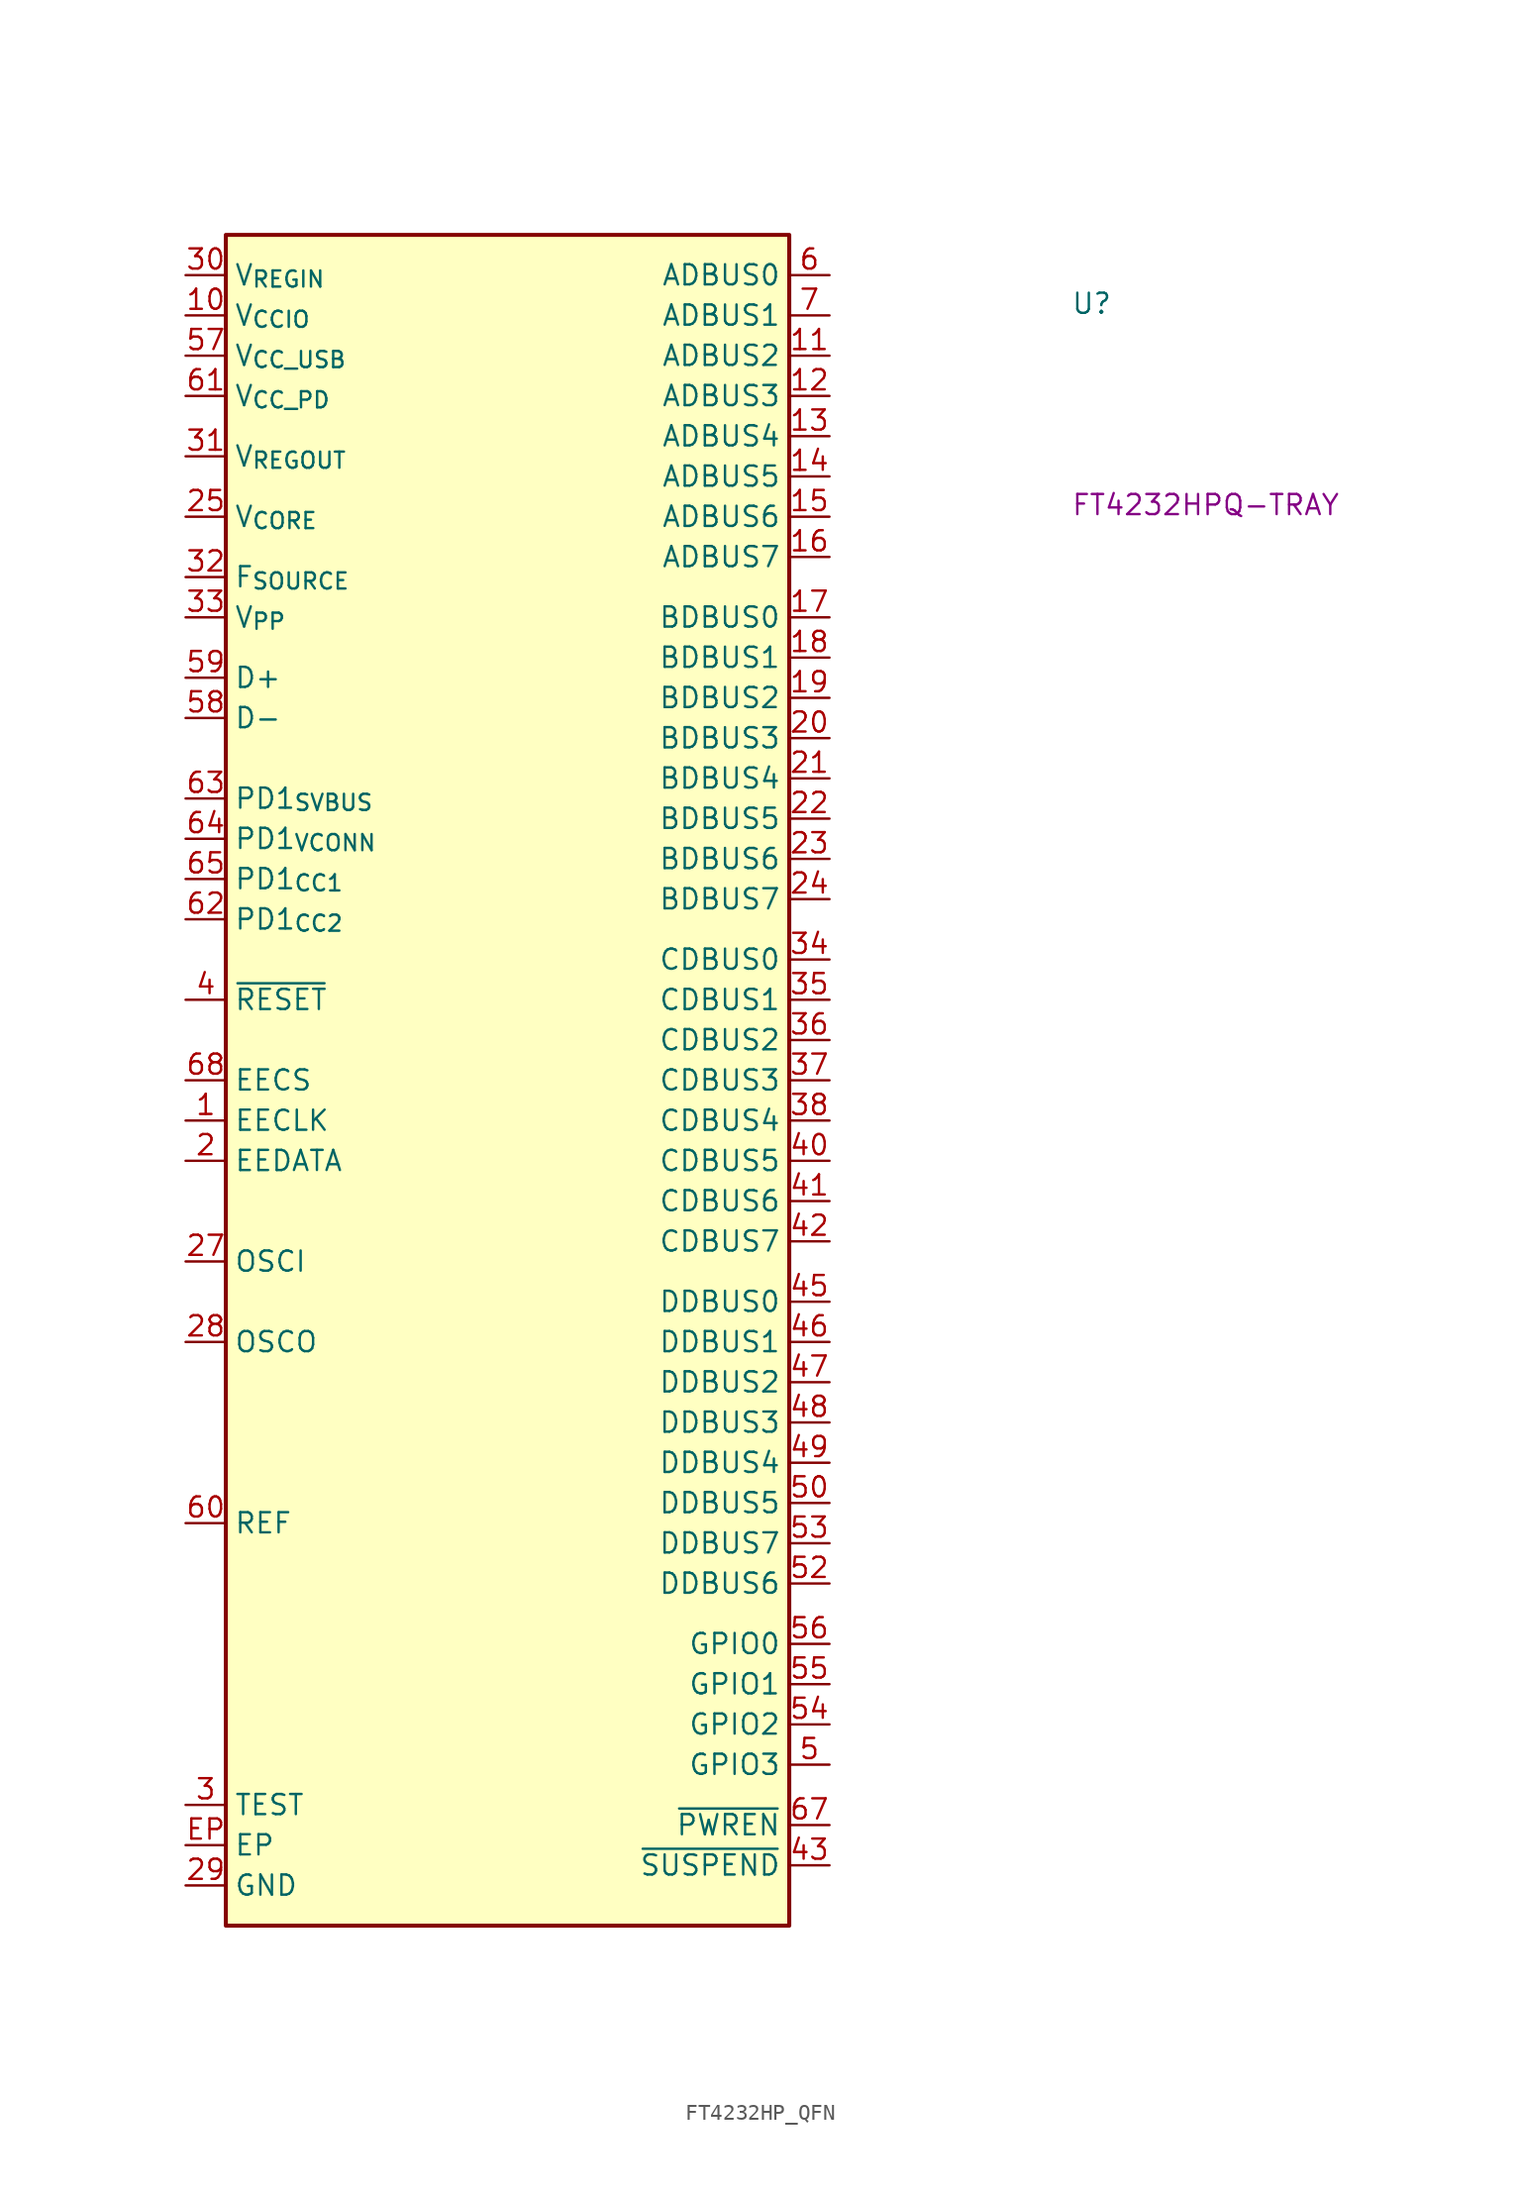
<source format=kicad_sym>
(kicad_symbol_lib
  (version 20220914)
  (generator kicad_symbol_editor)
  (symbol "FT4232HP_QFN"
    (property "Reference" "U"
      (at 55.88 -2.54 0)
      (effects (font (size 1.27 1.27) (thickness 0.15)) (justify left bottom)))
    (property "MPN" "FT4232HPQ-TRAY"
      (at 55.88 -15.24 0)
      (effects (font (size 1.27 1.27) (thickness 0.15)) (justify left bottom)))
    (symbol "FT4232HP_QFN_1_1"
      (rectangle (start 2.54 2.54) (end 38.1 -104.14) (stroke (width 0.254) (type default)) (fill (type background)))
      (pin output line (at 0 -53.34 0) (length 2.54) (name "EECLK" (effects (font (size 1.27 1.27)))) (number "1" (effects (font (size 1.27 1.27)))))
      (pin power_in line (at 0 -2.54 0) (length 2.54) (name "V_{CCIO}" (effects (font (size 1.27 1.27)))) (number "10" (effects (font (size 1.27 1.27)))))
      (pin bidirectional line (at 40.64 -5.08 180) (length 2.54) (name "ADBUS2" (effects (font (size 1.27 1.27)))) (number "11" (effects (font (size 1.27 1.27)))))
      (pin bidirectional line (at 40.64 -7.62 180) (length 2.54) (name "ADBUS3" (effects (font (size 1.27 1.27)))) (number "12" (effects (font (size 1.27 1.27)))))
      (pin bidirectional line (at 40.64 -10.16 180) (length 2.54) (name "ADBUS4" (effects (font (size 1.27 1.27)))) (number "13" (effects (font (size 1.27 1.27)))))
      (pin bidirectional line (at 40.64 -12.7 180) (length 2.54) (name "ADBUS5" (effects (font (size 1.27 1.27)))) (number "14" (effects (font (size 1.27 1.27)))))
      (pin bidirectional line (at 40.64 -15.24 180) (length 2.54) (name "ADBUS6" (effects (font (size 1.27 1.27)))) (number "15" (effects (font (size 1.27 1.27)))))
      (pin bidirectional line (at 40.64 -17.78 180) (length 2.54) (name "ADBUS7" (effects (font (size 1.27 1.27)))) (number "16" (effects (font (size 1.27 1.27)))))
      (pin bidirectional line (at 40.64 -21.59 180) (length 2.54) (name "BDBUS0" (effects (font (size 1.27 1.27)))) (number "17" (effects (font (size 1.27 1.27)))))
      (pin bidirectional line (at 40.64 -24.13 180) (length 2.54) (name "BDBUS1" (effects (font (size 1.27 1.27)))) (number "18" (effects (font (size 1.27 1.27)))))
      (pin bidirectional line (at 40.64 -26.67 180) (length 2.54) (name "BDBUS2" (effects (font (size 1.27 1.27)))) (number "19" (effects (font (size 1.27 1.27)))))
      (pin bidirectional line (at 0 -55.88 0) (length 2.54) (name "EEDATA" (effects (font (size 1.27 1.27)))) (number "2" (effects (font (size 1.27 1.27)))))
      (pin bidirectional line (at 40.64 -29.21 180) (length 2.54) (name "BDBUS3" (effects (font (size 1.27 1.27)))) (number "20" (effects (font (size 1.27 1.27)))))
      (pin bidirectional line (at 40.64 -31.75 180) (length 2.54) (name "BDBUS4" (effects (font (size 1.27 1.27)))) (number "21" (effects (font (size 1.27 1.27)))))
      (pin bidirectional line (at 40.64 -34.29 180) (length 2.54) (name "BDBUS5" (effects (font (size 1.27 1.27)))) (number "22" (effects (font (size 1.27 1.27)))))
      (pin bidirectional line (at 40.64 -36.83 180) (length 2.54) (name "BDBUS6" (effects (font (size 1.27 1.27)))) (number "23" (effects (font (size 1.27 1.27)))))
      (pin bidirectional line (at 40.64 -39.37 180) (length 2.54) (name "BDBUS7" (effects (font (size 1.27 1.27)))) (number "24" (effects (font (size 1.27 1.27)))))
      (pin power_in line (at 0 -15.24 0) (length 2.54) (name "V_{CORE}" (effects (font (size 1.27 1.27)))) (number "25" (effects (font (size 1.27 1.27)))))
      (pin passive line (at 0 -2.54 0) (length 2.54) hide (name "V_{CCIO}" (effects (font (size 1.27 1.27)))) (number "26" (effects (font (size 1.27 1.27)))))
      (pin input line (at 0 -62.23 0) (length 2.54) (name "OSCI" (effects (font (size 1.27 1.27)))) (number "27" (effects (font (size 1.27 1.27)))))
      (pin output line (at 0 -67.31 0) (length 2.54) (name "OSCO" (effects (font (size 1.27 1.27)))) (number "28" (effects (font (size 1.27 1.27)))))
      (pin power_in line (at 0 -101.6 0) (length 2.54) (name "GND" (effects (font (size 1.27 1.27)))) (number "29" (effects (font (size 1.27 1.27)))))
      (pin input line (at 0 -96.52 0) (length 2.54) (name "TEST" (effects (font (size 1.27 1.27)))) (number "3" (effects (font (size 1.27 1.27)))))
      (pin power_in line (at 0 0 0) (length 2.54) (name "V_{REGIN}" (effects (font (size 1.27 1.27)))) (number "30" (effects (font (size 1.27 1.27)))))
      (pin power_out line (at 0 -11.43 0) (length 2.54) (name "V_{REGOUT}" (effects (font (size 1.27 1.27)))) (number "31" (effects (font (size 1.27 1.27)))))
      (pin input line (at 0 -19.05 0) (length 2.54) (name "F_{SOURCE}" (effects (font (size 1.27 1.27)))) (number "32" (effects (font (size 1.27 1.27)))))
      (pin power_in line (at 0 -21.59 0) (length 2.54) (name "V_{PP}" (effects (font (size 1.27 1.27)))) (number "33" (effects (font (size 1.27 1.27)))))
      (pin bidirectional line (at 40.64 -43.18 180) (length 2.54) (name "CDBUS0" (effects (font (size 1.27 1.27)))) (number "34" (effects (font (size 1.27 1.27)))))
      (pin bidirectional line (at 40.64 -45.72 180) (length 2.54) (name "CDBUS1" (effects (font (size 1.27 1.27)))) (number "35" (effects (font (size 1.27 1.27)))))
      (pin bidirectional line (at 40.64 -48.26 180) (length 2.54) (name "CDBUS2" (effects (font (size 1.27 1.27)))) (number "36" (effects (font (size 1.27 1.27)))))
      (pin bidirectional line (at 40.64 -50.8 180) (length 2.54) (name "CDBUS3" (effects (font (size 1.27 1.27)))) (number "37" (effects (font (size 1.27 1.27)))))
      (pin bidirectional line (at 40.64 -53.34 180) (length 2.54) (name "CDBUS4" (effects (font (size 1.27 1.27)))) (number "38" (effects (font (size 1.27 1.27)))))
      (pin passive line (at 0 -2.54 0) (length 2.54) hide (name "V_{CCIO}" (effects (font (size 1.27 1.27)))) (number "39" (effects (font (size 1.27 1.27)))))
      (pin input line (at 0 -45.72 0) (length 2.54) (name "~{RESET}" (effects (font (size 1.27 1.27)))) (number "4" (effects (font (size 1.27 1.27)))))
      (pin bidirectional line (at 40.64 -55.88 180) (length 2.54) (name "CDBUS5" (effects (font (size 1.27 1.27)))) (number "40" (effects (font (size 1.27 1.27)))))
      (pin bidirectional line (at 40.64 -58.42 180) (length 2.54) (name "CDBUS6" (effects (font (size 1.27 1.27)))) (number "41" (effects (font (size 1.27 1.27)))))
      (pin bidirectional line (at 40.64 -60.96 180) (length 2.54) (name "CDBUS7" (effects (font (size 1.27 1.27)))) (number "42" (effects (font (size 1.27 1.27)))))
      (pin output line (at 40.64 -100.33 180) (length 2.54) (name "~{SUSPEND}" (effects (font (size 1.27 1.27)))) (number "43" (effects (font (size 1.27 1.27)))))
      (pin passive line (at 0 -15.24 0) (length 2.54) hide (name "V_{CORE}" (effects (font (size 1.27 1.27)))) (number "44" (effects (font (size 1.27 1.27)))))
      (pin bidirectional line (at 40.64 -64.77 180) (length 2.54) (name "DDBUS0" (effects (font (size 1.27 1.27)))) (number "45" (effects (font (size 1.27 1.27)))))
      (pin bidirectional line (at 40.64 -67.31 180) (length 2.54) (name "DDBUS1" (effects (font (size 1.27 1.27)))) (number "46" (effects (font (size 1.27 1.27)))))
      (pin bidirectional line (at 40.64 -69.85 180) (length 2.54) (name "DDBUS2" (effects (font (size 1.27 1.27)))) (number "47" (effects (font (size 1.27 1.27)))))
      (pin bidirectional line (at 40.64 -72.39 180) (length 2.54) (name "DDBUS3" (effects (font (size 1.27 1.27)))) (number "48" (effects (font (size 1.27 1.27)))))
      (pin bidirectional line (at 40.64 -74.93 180) (length 2.54) (name "DDBUS4" (effects (font (size 1.27 1.27)))) (number "49" (effects (font (size 1.27 1.27)))))
      (pin bidirectional line (at 40.64 -93.98 180) (length 2.54) (name "GPIO3" (effects (font (size 1.27 1.27)))) (number "5" (effects (font (size 1.27 1.27)))))
      (pin bidirectional line (at 40.64 -77.47 180) (length 2.54) (name "DDBUS5" (effects (font (size 1.27 1.27)))) (number "50" (effects (font (size 1.27 1.27)))))
      (pin passive line (at 0 -2.54 0) (length 2.54) hide (name "V_{CCIO}" (effects (font (size 1.27 1.27)))) (number "51" (effects (font (size 1.27 1.27)))))
      (pin bidirectional line (at 40.64 -82.55 180) (length 2.54) (name "DDBUS6" (effects (font (size 1.27 1.27)))) (number "52" (effects (font (size 1.27 1.27)))))
      (pin bidirectional line (at 40.64 -80.01 180) (length 2.54) (name "DDBUS7" (effects (font (size 1.27 1.27)))) (number "53" (effects (font (size 1.27 1.27)))))
      (pin bidirectional line (at 40.64 -91.44 180) (length 2.54) (name "GPIO2" (effects (font (size 1.27 1.27)))) (number "54" (effects (font (size 1.27 1.27)))))
      (pin bidirectional line (at 40.64 -88.9 180) (length 2.54) (name "GPIO1" (effects (font (size 1.27 1.27)))) (number "55" (effects (font (size 1.27 1.27)))))
      (pin bidirectional line (at 40.64 -86.36 180) (length 2.54) (name "GPIO0" (effects (font (size 1.27 1.27)))) (number "56" (effects (font (size 1.27 1.27)))))
      (pin power_in line (at 0 -5.08 0) (length 2.54) (name "V_{CC_USB}" (effects (font (size 1.27 1.27)))) (number "57" (effects (font (size 1.27 1.27)))))
      (pin bidirectional line (at 0 -27.94 0) (length 2.54) (name "D-" (effects (font (size 1.27 1.27)))) (number "58" (effects (font (size 1.27 1.27)))))
      (pin bidirectional line (at 0 -25.4 0) (length 2.54) (name "D+" (effects (font (size 1.27 1.27)))) (number "59" (effects (font (size 1.27 1.27)))))
      (pin bidirectional line (at 40.64 0 180) (length 2.54) (name "ADBUS0" (effects (font (size 1.27 1.27)))) (number "6" (effects (font (size 1.27 1.27)))))
      (pin input line (at 0 -78.74 0) (length 2.54) (name "REF" (effects (font (size 1.27 1.27)))) (number "60" (effects (font (size 1.27 1.27)))))
      (pin power_in line (at 0 -7.62 0) (length 2.54) (name "V_{CC_PD}" (effects (font (size 1.27 1.27)))) (number "61" (effects (font (size 1.27 1.27)))))
      (pin bidirectional line (at 0 -40.64 0) (length 2.54) (name "PD1_{CC2}" (effects (font (size 1.27 1.27)))) (number "62" (effects (font (size 1.27 1.27)))))
      (pin input line (at 0 -33.02 0) (length 2.54) (name "PD1_{SVBUS}" (effects (font (size 1.27 1.27)))) (number "63" (effects (font (size 1.27 1.27)))))
      (pin power_in line (at 0 -35.56 0) (length 2.54) (name "PD1_{VCONN}" (effects (font (size 1.27 1.27)))) (number "64" (effects (font (size 1.27 1.27)))))
      (pin bidirectional line (at 0 -38.1 0) (length 2.54) (name "PD1_{CC1}" (effects (font (size 1.27 1.27)))) (number "65" (effects (font (size 1.27 1.27)))))
      (pin passive line (at 0 -15.24 0) (length 2.54) hide (name "V_{CORE}" (effects (font (size 1.27 1.27)))) (number "66" (effects (font (size 1.27 1.27)))))
      (pin output line (at 40.64 -97.79 180) (length 2.54) (name "~{PWREN}" (effects (font (size 1.27 1.27)))) (number "67" (effects (font (size 1.27 1.27)))))
      (pin bidirectional line (at 0 -50.8 0) (length 2.54) (name "EECS" (effects (font (size 1.27 1.27)))) (number "68" (effects (font (size 1.27 1.27)))))
      (pin bidirectional line (at 40.64 -2.54 180) (length 2.54) (name "ADBUS1" (effects (font (size 1.27 1.27)))) (number "7" (effects (font (size 1.27 1.27)))))
      (pin passive line (at 0 -15.24 0) (length 2.54) hide (name "V_{CORE}" (effects (font (size 1.27 1.27)))) (number "8" (effects (font (size 1.27 1.27)))))
      (pin passive line (at 0 -101.6 0) (length 2.54) hide (name "GND" (effects (font (size 1.27 1.27)))) (number "9" (effects (font (size 1.27 1.27)))))
      (pin passive line (at 0 -99.06 0) (length 2.54) (name "EP" (effects (font (size 1.27 1.27)))) (number "EP" (effects (font (size 1.27 1.27))))))))
</source>
